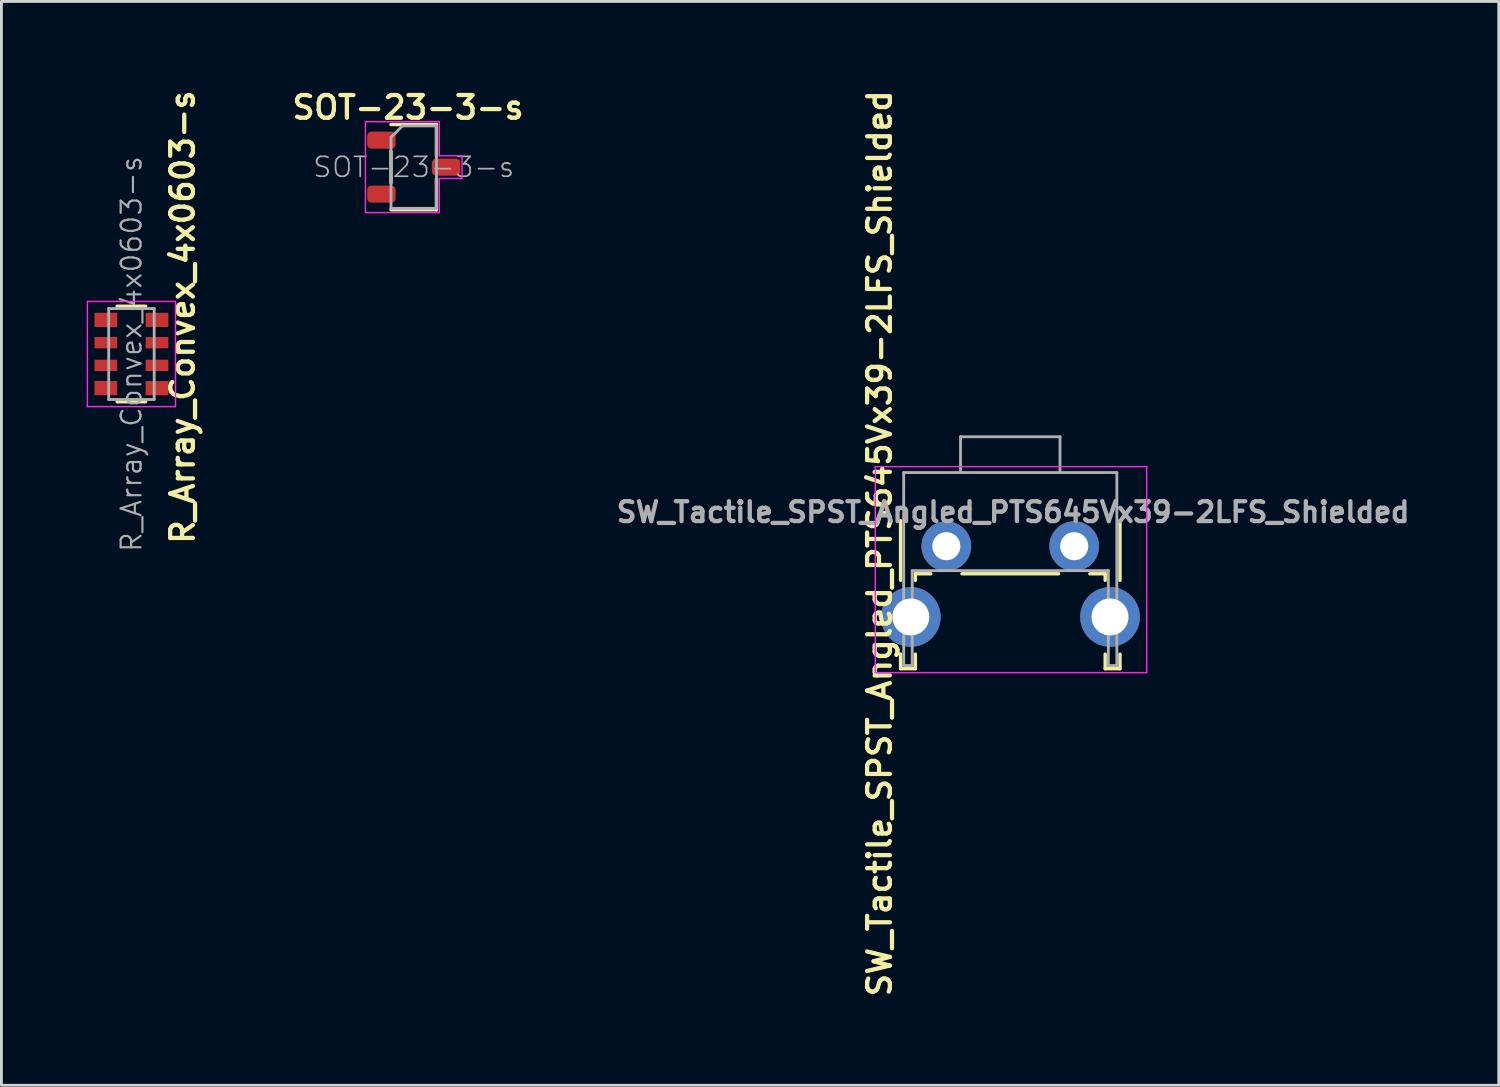
<source format=kicad_pcb>
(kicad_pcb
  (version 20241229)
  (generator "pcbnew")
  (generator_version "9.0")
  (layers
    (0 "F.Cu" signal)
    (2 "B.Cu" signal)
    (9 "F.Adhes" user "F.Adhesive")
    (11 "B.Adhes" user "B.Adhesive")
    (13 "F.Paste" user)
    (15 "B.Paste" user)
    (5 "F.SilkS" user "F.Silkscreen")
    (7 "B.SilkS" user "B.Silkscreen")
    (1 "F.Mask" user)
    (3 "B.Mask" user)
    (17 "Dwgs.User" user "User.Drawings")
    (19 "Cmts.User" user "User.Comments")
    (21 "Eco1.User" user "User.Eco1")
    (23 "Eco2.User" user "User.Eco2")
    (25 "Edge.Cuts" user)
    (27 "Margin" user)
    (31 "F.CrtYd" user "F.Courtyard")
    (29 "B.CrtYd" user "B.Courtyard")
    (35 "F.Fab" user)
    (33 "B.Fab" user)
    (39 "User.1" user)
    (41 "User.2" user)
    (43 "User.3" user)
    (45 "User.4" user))
  (footprint "SOT-23-3-s"
    (layer "F.Cu")
    (at 11.508 2.831)
    (property "Reference" "SOT-23-3-s" (at -0.2 -2.1 0) (layer "F.SilkS") (effects (font (size 0.8 0.8) (thickness 0.15))))
    (attr smd)
    (fp_line (start -0.8 -1.5) (end 0.8 -1.5) (stroke (width 0.12) (type solid)) (layer "F.SilkS"))
    (fp_line (start -0.8 0.55) (end -0.8 -0.55) (stroke (width 0.12) (type solid)) (layer "F.SilkS"))
    (fp_line (start -0.8 1.5) (end 0.8 1.5) (stroke (width 0.12) (type solid)) (layer "F.SilkS"))
    (fp_line (start 0.8 -0.4) (end 0.8 -1.5) (stroke (width 0.12) (type solid)) (layer "F.SilkS"))
    (fp_line (start 0.8 1.5) (end 0.8 0.4) (stroke (width 0.12) (type solid)) (layer "F.SilkS"))
    (fp_line (start -1.7 -1.6) (end -1.7 1.6) (stroke (width 0.05) (type solid)) (layer "F.CrtYd"))
    (fp_line (start -1.7 1.6) (end 0.9 1.6) (stroke (width 0.05) (type solid)) (layer "F.CrtYd"))
    (fp_line (start 0.9 -1.6) (end -1.7 -1.6) (stroke (width 0.05) (type solid)) (layer "F.CrtYd"))
    (fp_line (start 0.9 -0.4) (end 0.9 -1.6) (stroke (width 0.05) (type solid)) (layer "F.CrtYd"))
    (fp_line (start 0.9 0.4) (end 1.7 0.4) (stroke (width 0.05) (type solid)) (layer "F.CrtYd"))
    (fp_line (start 0.9 1.6) (end 0.9 0.4) (stroke (width 0.05) (type solid)) (layer "F.CrtYd"))
    (fp_line (start 1.7 -0.4) (end 0.9 -0.4) (stroke (width 0.05) (type solid)) (layer "F.CrtYd"))
    (fp_line (start 1.7 0.4) (end 1.7 -0.4) (stroke (width 0.05) (type solid)) (layer "F.CrtYd"))
    (fp_line (start -0.8 -1.05) (end -0.4 -1.45) (stroke (width 0.1) (type solid)) (layer "F.Fab"))
    (fp_line (start -0.8 1.45) (end -0.8 -1.05) (stroke (width 0.1) (type solid)) (layer "F.Fab"))
    (fp_line (start -0.4 -1.45) (end 0.8 -1.45) (stroke (width 0.1) (type solid)) (layer "F.Fab"))
    (fp_line (start 0.8 -1.45) (end 0.8 1.45) (stroke (width 0.1) (type solid)) (layer "F.Fab"))
    (fp_line (start 0.8 1.45) (end -0.8 1.45) (stroke (width 0.1) (type solid)) (layer "F.Fab"))
    (fp_text user "${REFERENCE}" (at 0 0 0) (layer "F.Fab") (effects (font (size 0.7 0.7) (thickness 0.06))))
    (pad "1" smd roundrect (at -1.137 -0.95) (size 1 0.6) (layers "F.Cu" "F.Mask" "F.Paste") (roundrect_rratio 0.25))
    (pad "2" smd roundrect (at -1.137 0.95) (size 1 0.6) (layers "F.Cu" "F.Mask" "F.Paste") (roundrect_rratio 0.25))
    (pad "3" smd roundrect (at 1.137 0) (size 1 0.6) (layers "F.Cu" "F.Mask" "F.Paste") (roundrect_rratio 0.25)))
  (footprint "R_Array_Convex_4x0603-s"
    (layer "F.Cu")
    (at 1.575 9.407)
    (property "Reference" "R_Array_Convex_4x0603-s" (at 1.8 -1.3 90) (layer "F.SilkS") (effects (font (size 0.8 0.8) (thickness 0.15))))
    (attr smd)
    (fp_line (start 0.5 -1.68) (end -0.5 -1.68) (stroke (width 0.12) (type solid)) (layer "F.SilkS"))
    (fp_line (start 0.5 1.68) (end -0.5 1.68) (stroke (width 0.12) (type solid)) (layer "F.SilkS"))
    (fp_line (start -1.55 -1.85) (end -1.55 1.85) (stroke (width 0.05) (type solid)) (layer "F.CrtYd"))
    (fp_line (start -1.55 -1.85) (end 1.55 -1.85) (stroke (width 0.05) (type solid)) (layer "F.CrtYd"))
    (fp_line (start 1.55 1.85) (end -1.55 1.85) (stroke (width 0.05) (type solid)) (layer "F.CrtYd"))
    (fp_line (start 1.55 1.85) (end 1.55 -1.85) (stroke (width 0.05) (type solid)) (layer "F.CrtYd"))
    (fp_line (start -0.8 -1.6) (end 0.8 -1.6) (stroke (width 0.1) (type solid)) (layer "F.Fab"))
    (fp_line (start -0.8 1.6) (end -0.8 -1.6) (stroke (width 0.1) (type solid)) (layer "F.Fab"))
    (fp_line (start 0.8 -1.6) (end 0.8 1.6) (stroke (width 0.1) (type solid)) (layer "F.Fab"))
    (fp_line (start 0.8 1.6) (end -0.8 1.6) (stroke (width 0.1) (type solid)) (layer "F.Fab"))
    (fp_text user "${REFERENCE}" (at 0 0 270) (layer "F.Fab") (effects (font (size 0.7 0.7) (thickness 0.075))))
    (pad "1" smd rect (at -0.9 -1.2) (size 0.8 0.5) (layers "F.Cu" "F.Mask" "F.Paste"))
    (pad "2" smd rect (at 0.9 -1.2) (size 0.8 0.5) (layers "F.Cu" "F.Mask" "F.Paste"))
    (pad "3" smd rect (at -0.9 -0.4) (size 0.8 0.4) (layers "F.Cu" "F.Mask" "F.Paste"))
    (pad "4" smd rect (at 0.9 -0.4) (size 0.8 0.4) (layers "F.Cu" "F.Mask" "F.Paste"))
    (pad "5" smd rect (at -0.9 0.4) (size 0.8 0.4) (layers "F.Cu" "F.Mask" "F.Paste"))
    (pad "6" smd rect (at 0.9 0.4) (size 0.8 0.4) (layers "F.Cu" "F.Mask" "F.Paste"))
    (pad "7" smd rect (at -0.9 1.2) (size 0.8 0.5) (layers "F.Cu" "F.Mask" "F.Paste"))
    (pad "8" smd rect (at 0.9 1.2) (size 0.8 0.5) (layers "F.Cu" "F.Mask" "F.Paste")))
  (footprint "SW_Tactile_SPST_Angled_PTS645Vx39-2LFS_Shielded"
    (layer "F.Cu")
    (at 30.249 16.169)
    (property "Reference" "SW_Tactile_SPST_Angled_PTS645Vx39-2LFS_Shielded" (at -2.35 -0.1 90) (layer "F.SilkS") (effects (font (size 0.8 0.8) (thickness 0.15))))
    (attr through_hole)
    (fp_line (start -1.61 -0.9) (end -1.61 1.2) (stroke (width 0.12) (type solid)) (layer "F.SilkS"))
    (fp_line (start -1.61 3.8) (end -1.61 4.31) (stroke (width 0.12) (type solid)) (layer "F.SilkS"))
    (fp_line (start -1.61 4.31) (end -1.09 4.31) (stroke (width 0.12) (type solid)) (layer "F.SilkS"))
    (fp_line (start -1.09 0.97) (end -1.09 1.2) (stroke (width 0.12) (type solid)) (layer "F.SilkS"))
    (fp_line (start -1.09 0.97) (end -0.55 0.97) (stroke (width 0.12) (type solid)) (layer "F.SilkS"))
    (fp_line (start -1.09 3.8) (end -1.09 4.31) (stroke (width 0.12) (type solid)) (layer "F.SilkS"))
    (fp_line (start 0.55 0.97) (end 3.95 0.97) (stroke (width 0.12) (type solid)) (layer "F.SilkS"))
    (fp_line (start 5.05 0.97) (end 5.59 0.97) (stroke (width 0.12) (type solid)) (layer "F.SilkS"))
    (fp_line (start 5.59 0.97) (end 5.59 1.2) (stroke (width 0.12) (type solid)) (layer "F.SilkS"))
    (fp_line (start 5.59 3.8) (end 5.59 4.31) (stroke (width 0.12) (type solid)) (layer "F.SilkS"))
    (fp_line (start 5.59 4.31) (end 6.11 4.31) (stroke (width 0.12) (type solid)) (layer "F.SilkS"))
    (fp_line (start 6.11 -0.9) (end 6.11 1.2) (stroke (width 0.12) (type solid)) (layer "F.SilkS"))
    (fp_line (start 6.11 3.8) (end 6.11 4.31) (stroke (width 0.12) (type solid)) (layer "F.SilkS"))
    (fp_line (start -2.5 -2.8) (end 7.05 -2.8) (stroke (width 0.05) (type solid)) (layer "F.CrtYd"))
    (fp_line (start -2.5 4.45) (end -2.5 -2.8) (stroke (width 0.05) (type solid)) (layer "F.CrtYd"))
    (fp_line (start 7.05 -2.8) (end 7.05 4.45) (stroke (width 0.05) (type solid)) (layer "F.CrtYd"))
    (fp_line (start 7.05 4.45) (end -2.5 4.45) (stroke (width 0.05) (type solid)) (layer "F.CrtYd"))
    (fp_line (start -1.5 -2.59) (end 6 -2.59) (stroke (width 0.1) (type solid)) (layer "F.Fab"))
    (fp_line (start -1.5 4.2) (end -1.5 -2.59) (stroke (width 0.1) (type solid)) (layer "F.Fab"))
    (fp_line (start -1.5 4.2) (end -1.2 4.2) (stroke (width 0.1) (type solid)) (layer "F.Fab"))
    (fp_line (start -1.2 0.86) (end 5.7 0.86) (stroke (width 0.1) (type solid)) (layer "F.Fab"))
    (fp_line (start -1.2 4.2) (end -1.2 0.86) (stroke (width 0.1) (type solid)) (layer "F.Fab"))
    (fp_line (start 0.5 -3.85) (end 0.5 -2.59) (stroke (width 0.1) (type solid)) (layer "F.Fab"))
    (fp_line (start 0.5 -3.85) (end 4 -3.85) (stroke (width 0.1) (type solid)) (layer "F.Fab"))
    (fp_line (start 4 -3.85) (end 4 -2.59) (stroke (width 0.1) (type solid)) (layer "F.Fab"))
    (fp_line (start 5.7 4.2) (end 5.7 0.86) (stroke (width 0.1) (type solid)) (layer "F.Fab"))
    (fp_line (start 5.7 4.2) (end 6 4.2) (stroke (width 0.1) (type solid)) (layer "F.Fab"))
    (fp_line (start 6 4.2) (end 6 -2.59) (stroke (width 0.1) (type solid)) (layer "F.Fab"))
    (fp_text user "${REFERENCE}" (at 2.35 -1.2 0) (layer "F.Fab") (effects (font (size 0.7 0.7) (thickness 0.15))))
    (pad "1" thru_hole circle (at 0 0) (size 1.75 1.75) (drill 0.99) (layers "*.Cu" "*.Mask"))
    (pad "2" thru_hole circle (at 4.5 0) (size 1.75 1.75) (drill 0.99) (layers "*.Cu" "*.Mask"))
    (pad "SH" thru_hole circle (at -1.25 2.49) (size 2.1 2.1) (drill 1.3) (layers "*.Cu" "*.Mask"))
    (pad "SH" thru_hole circle (at 5.76 2.49) (size 2.1 2.1) (drill 1.3) (layers "*.Cu" "*.Mask")))
  (gr_rect
    (start -3 -3)
    (end 49.687 35.138)
    (stroke (width 0.1) (type default))
    (fill no)
    (layer "Edge.Cuts")))
</source>
